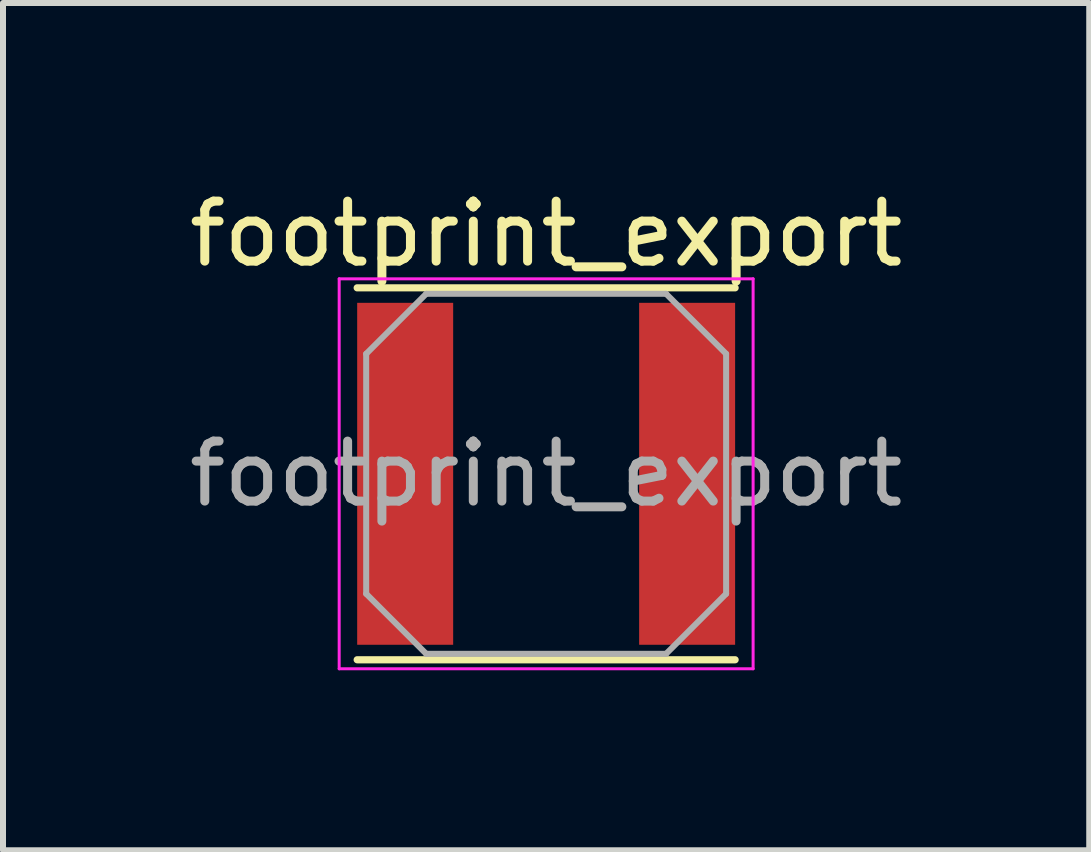
<source format=kicad_pcb>
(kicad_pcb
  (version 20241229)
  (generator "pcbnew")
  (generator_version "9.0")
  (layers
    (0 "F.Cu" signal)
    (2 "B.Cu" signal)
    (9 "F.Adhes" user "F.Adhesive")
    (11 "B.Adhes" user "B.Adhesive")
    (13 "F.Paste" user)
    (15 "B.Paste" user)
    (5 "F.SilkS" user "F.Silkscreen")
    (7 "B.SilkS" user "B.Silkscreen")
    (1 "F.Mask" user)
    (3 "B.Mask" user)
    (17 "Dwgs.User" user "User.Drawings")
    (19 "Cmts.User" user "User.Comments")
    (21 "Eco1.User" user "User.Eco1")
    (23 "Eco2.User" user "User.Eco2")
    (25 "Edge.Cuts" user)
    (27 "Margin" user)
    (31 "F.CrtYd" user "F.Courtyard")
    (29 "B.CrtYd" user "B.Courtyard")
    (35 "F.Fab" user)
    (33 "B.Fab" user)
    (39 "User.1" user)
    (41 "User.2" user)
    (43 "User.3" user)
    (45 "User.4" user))
  (footprint "footprint_export"
    (layer "F.Cu")
    (at 6.054 4.848)
    (property "Reference" "footprint_export" (at 0 -4 0) (layer "F.SilkS") (effects (font (size 1 1) (thickness 0.15))))
    (attr smd)
    (fp_line (start -3.15 -3.1) (end 3.15 -3.1) (stroke (width 0.12) (type solid)) (layer "F.SilkS"))
    (fp_line (start -3.15 3.1) (end 3.15 3.1) (stroke (width 0.12) (type solid)) (layer "F.SilkS"))
    (fp_line (start -3.45 -3.25) (end -3.45 3.25) (stroke (width 0.05) (type solid)) (layer "F.CrtYd"))
    (fp_line (start -3.45 3.25) (end 3.45 3.25) (stroke (width 0.05) (type solid)) (layer "F.CrtYd"))
    (fp_line (start 3.45 -3.25) (end -3.45 -3.25) (stroke (width 0.05) (type solid)) (layer "F.CrtYd"))
    (fp_line (start 3.45 3.25) (end 3.45 -3.25) (stroke (width 0.05) (type solid)) (layer "F.CrtYd"))
    (fp_line (start -3 -2) (end -2 -3) (stroke (width 0.1) (type solid)) (layer "F.Fab"))
    (fp_line (start -3 2) (end -3 -2) (stroke (width 0.1) (type solid)) (layer "F.Fab"))
    (fp_line (start -3 2) (end -2 3) (stroke (width 0.1) (type solid)) (layer "F.Fab"))
    (fp_line (start -2 -3) (end 2 -3) (stroke (width 0.1) (type solid)) (layer "F.Fab"))
    (fp_line (start -2 3) (end 2 3) (stroke (width 0.1) (type solid)) (layer "F.Fab"))
    (fp_line (start 3 -2) (end 2 -3) (stroke (width 0.1) (type solid)) (layer "F.Fab"))
    (fp_line (start 3 2) (end 2 3) (stroke (width 0.1) (type solid)) (layer "F.Fab"))
    (fp_line (start 3 2) (end 3 -2) (stroke (width 0.1) (type solid)) (layer "F.Fab"))
    (fp_text user "${REFERENCE}" (at 0 0 0) (layer "F.Fab") (effects (font (size 1 1) (thickness 0.15))))
    (pad "1" smd rect (at -2.35 0) (size 1.6 5.7) (layers "F.Cu" "F.Mask" "F.Paste"))
    (pad "2" smd rect (at 2.35 0) (size 1.6 5.7) (layers "F.Cu" "F.Mask" "F.Paste")))
  (gr_rect
    (start -3 -3)
    (end 15.107 11.123)
    (stroke (width 0.1) (type default))
    (fill no)
    (layer "Edge.Cuts")))
</source>
